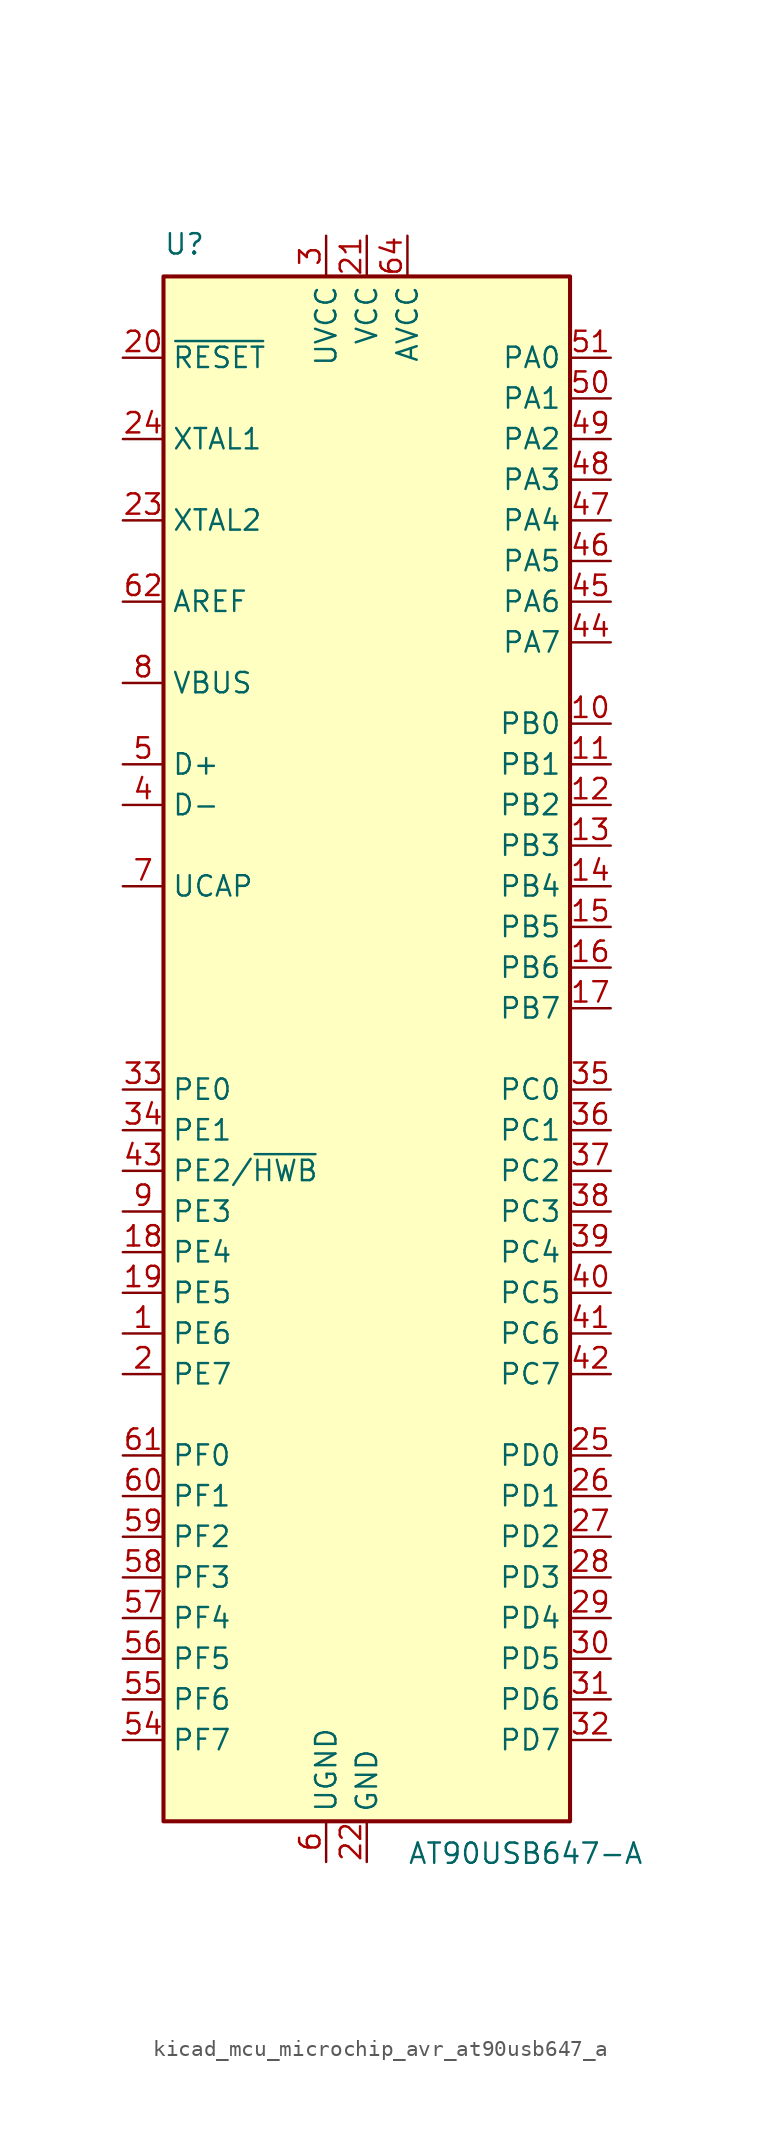
<source format=kicad_sym>
(kicad_symbol_lib
  (version 20220914)
  (generator kicad_symbol_editor)
  (symbol "kicad_mcu_microchip_avr_at90usb647_a"
    (property "Reference" "U"
      (at -12.7 49.53 0)
      (effects (font (size 1.27 1.27)) (justify left bottom)))
    (property "Value" "AT90USB647-A"
      (at 2.54 -49.53 0)
      (effects (font (size 1.27 1.27)) (justify left top)))
    (symbol "kicad_mcu_microchip_avr_at90usb647_a_0_1"
      (rectangle (start -12.7 -48.26) (end 12.7 48.26) (stroke (width 0.254) (type default)) (fill (type background))))
    (symbol "kicad_mcu_microchip_avr_at90usb647_a_1_1"
      (pin bidirectional line (at -15.24 -17.78 0) (length 2.54) (name "PE6" (effects (font (size 1.27 1.27)))) (number "1" (effects (font (size 1.27 1.27)))))
      (pin bidirectional line (at 15.24 20.32 180) (length 2.54) (name "PB0" (effects (font (size 1.27 1.27)))) (number "10" (effects (font (size 1.27 1.27)))))
      (pin bidirectional line (at 15.24 17.78 180) (length 2.54) (name "PB1" (effects (font (size 1.27 1.27)))) (number "11" (effects (font (size 1.27 1.27)))))
      (pin bidirectional line (at 15.24 15.24 180) (length 2.54) (name "PB2" (effects (font (size 1.27 1.27)))) (number "12" (effects (font (size 1.27 1.27)))))
      (pin bidirectional line (at 15.24 12.7 180) (length 2.54) (name "PB3" (effects (font (size 1.27 1.27)))) (number "13" (effects (font (size 1.27 1.27)))))
      (pin bidirectional line (at 15.24 10.16 180) (length 2.54) (name "PB4" (effects (font (size 1.27 1.27)))) (number "14" (effects (font (size 1.27 1.27)))))
      (pin bidirectional line (at 15.24 7.62 180) (length 2.54) (name "PB5" (effects (font (size 1.27 1.27)))) (number "15" (effects (font (size 1.27 1.27)))))
      (pin bidirectional line (at 15.24 5.08 180) (length 2.54) (name "PB6" (effects (font (size 1.27 1.27)))) (number "16" (effects (font (size 1.27 1.27)))))
      (pin bidirectional line (at 15.24 2.54 180) (length 2.54) (name "PB7" (effects (font (size 1.27 1.27)))) (number "17" (effects (font (size 1.27 1.27)))))
      (pin bidirectional line (at -15.24 -12.7 0) (length 2.54) (name "PE4" (effects (font (size 1.27 1.27)))) (number "18" (effects (font (size 1.27 1.27)))))
      (pin bidirectional line (at -15.24 -15.24 0) (length 2.54) (name "PE5" (effects (font (size 1.27 1.27)))) (number "19" (effects (font (size 1.27 1.27)))))
      (pin bidirectional line (at -15.24 -20.32 0) (length 2.54) (name "PE7" (effects (font (size 1.27 1.27)))) (number "2" (effects (font (size 1.27 1.27)))))
      (pin input line (at -15.24 43.18 0) (length 2.54) (name "~{RESET}" (effects (font (size 1.27 1.27)))) (number "20" (effects (font (size 1.27 1.27)))))
      (pin power_in line (at 0 50.8 270) (length 2.54) (name "VCC" (effects (font (size 1.27 1.27)))) (number "21" (effects (font (size 1.27 1.27)))))
      (pin power_in line (at 0 -50.8 90) (length 2.54) (name "GND" (effects (font (size 1.27 1.27)))) (number "22" (effects (font (size 1.27 1.27)))))
      (pin output line (at -15.24 33.02 0) (length 2.54) (name "XTAL2" (effects (font (size 1.27 1.27)))) (number "23" (effects (font (size 1.27 1.27)))))
      (pin input line (at -15.24 38.1 0) (length 2.54) (name "XTAL1" (effects (font (size 1.27 1.27)))) (number "24" (effects (font (size 1.27 1.27)))))
      (pin bidirectional line (at 15.24 -25.4 180) (length 2.54) (name "PD0" (effects (font (size 1.27 1.27)))) (number "25" (effects (font (size 1.27 1.27)))))
      (pin bidirectional line (at 15.24 -27.94 180) (length 2.54) (name "PD1" (effects (font (size 1.27 1.27)))) (number "26" (effects (font (size 1.27 1.27)))))
      (pin bidirectional line (at 15.24 -30.48 180) (length 2.54) (name "PD2" (effects (font (size 1.27 1.27)))) (number "27" (effects (font (size 1.27 1.27)))))
      (pin bidirectional line (at 15.24 -33.02 180) (length 2.54) (name "PD3" (effects (font (size 1.27 1.27)))) (number "28" (effects (font (size 1.27 1.27)))))
      (pin bidirectional line (at 15.24 -35.56 180) (length 2.54) (name "PD4" (effects (font (size 1.27 1.27)))) (number "29" (effects (font (size 1.27 1.27)))))
      (pin power_in line (at -2.54 50.8 270) (length 2.54) (name "UVCC" (effects (font (size 1.27 1.27)))) (number "3" (effects (font (size 1.27 1.27)))))
      (pin bidirectional line (at 15.24 -38.1 180) (length 2.54) (name "PD5" (effects (font (size 1.27 1.27)))) (number "30" (effects (font (size 1.27 1.27)))))
      (pin bidirectional line (at 15.24 -40.64 180) (length 2.54) (name "PD6" (effects (font (size 1.27 1.27)))) (number "31" (effects (font (size 1.27 1.27)))))
      (pin bidirectional line (at 15.24 -43.18 180) (length 2.54) (name "PD7" (effects (font (size 1.27 1.27)))) (number "32" (effects (font (size 1.27 1.27)))))
      (pin bidirectional line (at -15.24 -2.54 0) (length 2.54) (name "PE0" (effects (font (size 1.27 1.27)))) (number "33" (effects (font (size 1.27 1.27)))))
      (pin bidirectional line (at -15.24 -5.08 0) (length 2.54) (name "PE1" (effects (font (size 1.27 1.27)))) (number "34" (effects (font (size 1.27 1.27)))))
      (pin bidirectional line (at 15.24 -2.54 180) (length 2.54) (name "PC0" (effects (font (size 1.27 1.27)))) (number "35" (effects (font (size 1.27 1.27)))))
      (pin bidirectional line (at 15.24 -5.08 180) (length 2.54) (name "PC1" (effects (font (size 1.27 1.27)))) (number "36" (effects (font (size 1.27 1.27)))))
      (pin bidirectional line (at 15.24 -7.62 180) (length 2.54) (name "PC2" (effects (font (size 1.27 1.27)))) (number "37" (effects (font (size 1.27 1.27)))))
      (pin bidirectional line (at 15.24 -10.16 180) (length 2.54) (name "PC3" (effects (font (size 1.27 1.27)))) (number "38" (effects (font (size 1.27 1.27)))))
      (pin bidirectional line (at 15.24 -12.7 180) (length 2.54) (name "PC4" (effects (font (size 1.27 1.27)))) (number "39" (effects (font (size 1.27 1.27)))))
      (pin bidirectional line (at -15.24 15.24 0) (length 2.54) (name "D-" (effects (font (size 1.27 1.27)))) (number "4" (effects (font (size 1.27 1.27)))))
      (pin bidirectional line (at 15.24 -15.24 180) (length 2.54) (name "PC5" (effects (font (size 1.27 1.27)))) (number "40" (effects (font (size 1.27 1.27)))))
      (pin bidirectional line (at 15.24 -17.78 180) (length 2.54) (name "PC6" (effects (font (size 1.27 1.27)))) (number "41" (effects (font (size 1.27 1.27)))))
      (pin bidirectional line (at 15.24 -20.32 180) (length 2.54) (name "PC7" (effects (font (size 1.27 1.27)))) (number "42" (effects (font (size 1.27 1.27)))))
      (pin bidirectional line (at -15.24 -7.62 0) (length 2.54) (name "PE2/~{HWB}" (effects (font (size 1.27 1.27)))) (number "43" (effects (font (size 1.27 1.27)))))
      (pin bidirectional line (at 15.24 25.4 180) (length 2.54) (name "PA7" (effects (font (size 1.27 1.27)))) (number "44" (effects (font (size 1.27 1.27)))))
      (pin bidirectional line (at 15.24 27.94 180) (length 2.54) (name "PA6" (effects (font (size 1.27 1.27)))) (number "45" (effects (font (size 1.27 1.27)))))
      (pin bidirectional line (at 15.24 30.48 180) (length 2.54) (name "PA5" (effects (font (size 1.27 1.27)))) (number "46" (effects (font (size 1.27 1.27)))))
      (pin bidirectional line (at 15.24 33.02 180) (length 2.54) (name "PA4" (effects (font (size 1.27 1.27)))) (number "47" (effects (font (size 1.27 1.27)))))
      (pin bidirectional line (at 15.24 35.56 180) (length 2.54) (name "PA3" (effects (font (size 1.27 1.27)))) (number "48" (effects (font (size 1.27 1.27)))))
      (pin bidirectional line (at 15.24 38.1 180) (length 2.54) (name "PA2" (effects (font (size 1.27 1.27)))) (number "49" (effects (font (size 1.27 1.27)))))
      (pin bidirectional line (at -15.24 17.78 0) (length 2.54) (name "D+" (effects (font (size 1.27 1.27)))) (number "5" (effects (font (size 1.27 1.27)))))
      (pin bidirectional line (at 15.24 40.64 180) (length 2.54) (name "PA1" (effects (font (size 1.27 1.27)))) (number "50" (effects (font (size 1.27 1.27)))))
      (pin bidirectional line (at 15.24 43.18 180) (length 2.54) (name "PA0" (effects (font (size 1.27 1.27)))) (number "51" (effects (font (size 1.27 1.27)))))
      (pin passive line (at 0 50.8 270) (length 2.54) hide (name "VCC" (effects (font (size 1.27 1.27)))) (number "52" (effects (font (size 1.27 1.27)))))
      (pin passive line (at 0 -50.8 90) (length 2.54) hide (name "GND" (effects (font (size 1.27 1.27)))) (number "53" (effects (font (size 1.27 1.27)))))
      (pin bidirectional line (at -15.24 -43.18 0) (length 2.54) (name "PF7" (effects (font (size 1.27 1.27)))) (number "54" (effects (font (size 1.27 1.27)))))
      (pin bidirectional line (at -15.24 -40.64 0) (length 2.54) (name "PF6" (effects (font (size 1.27 1.27)))) (number "55" (effects (font (size 1.27 1.27)))))
      (pin bidirectional line (at -15.24 -38.1 0) (length 2.54) (name "PF5" (effects (font (size 1.27 1.27)))) (number "56" (effects (font (size 1.27 1.27)))))
      (pin bidirectional line (at -15.24 -35.56 0) (length 2.54) (name "PF4" (effects (font (size 1.27 1.27)))) (number "57" (effects (font (size 1.27 1.27)))))
      (pin bidirectional line (at -15.24 -33.02 0) (length 2.54) (name "PF3" (effects (font (size 1.27 1.27)))) (number "58" (effects (font (size 1.27 1.27)))))
      (pin bidirectional line (at -15.24 -30.48 0) (length 2.54) (name "PF2" (effects (font (size 1.27 1.27)))) (number "59" (effects (font (size 1.27 1.27)))))
      (pin power_in line (at -2.54 -50.8 90) (length 2.54) (name "UGND" (effects (font (size 1.27 1.27)))) (number "6" (effects (font (size 1.27 1.27)))))
      (pin bidirectional line (at -15.24 -27.94 0) (length 2.54) (name "PF1" (effects (font (size 1.27 1.27)))) (number "60" (effects (font (size 1.27 1.27)))))
      (pin bidirectional line (at -15.24 -25.4 0) (length 2.54) (name "PF0" (effects (font (size 1.27 1.27)))) (number "61" (effects (font (size 1.27 1.27)))))
      (pin passive line (at -15.24 27.94 0) (length 2.54) (name "AREF" (effects (font (size 1.27 1.27)))) (number "62" (effects (font (size 1.27 1.27)))))
      (pin passive line (at 0 -50.8 90) (length 2.54) hide (name "GND" (effects (font (size 1.27 1.27)))) (number "63" (effects (font (size 1.27 1.27)))))
      (pin power_in line (at 2.54 50.8 270) (length 2.54) (name "AVCC" (effects (font (size 1.27 1.27)))) (number "64" (effects (font (size 1.27 1.27)))))
      (pin passive line (at -15.24 10.16 0) (length 2.54) (name "UCAP" (effects (font (size 1.27 1.27)))) (number "7" (effects (font (size 1.27 1.27)))))
      (pin input line (at -15.24 22.86 0) (length 2.54) (name "VBUS" (effects (font (size 1.27 1.27)))) (number "8" (effects (font (size 1.27 1.27)))))
      (pin bidirectional line (at -15.24 -10.16 0) (length 2.54) (name "PE3" (effects (font (size 1.27 1.27)))) (number "9" (effects (font (size 1.27 1.27))))))))
</source>
